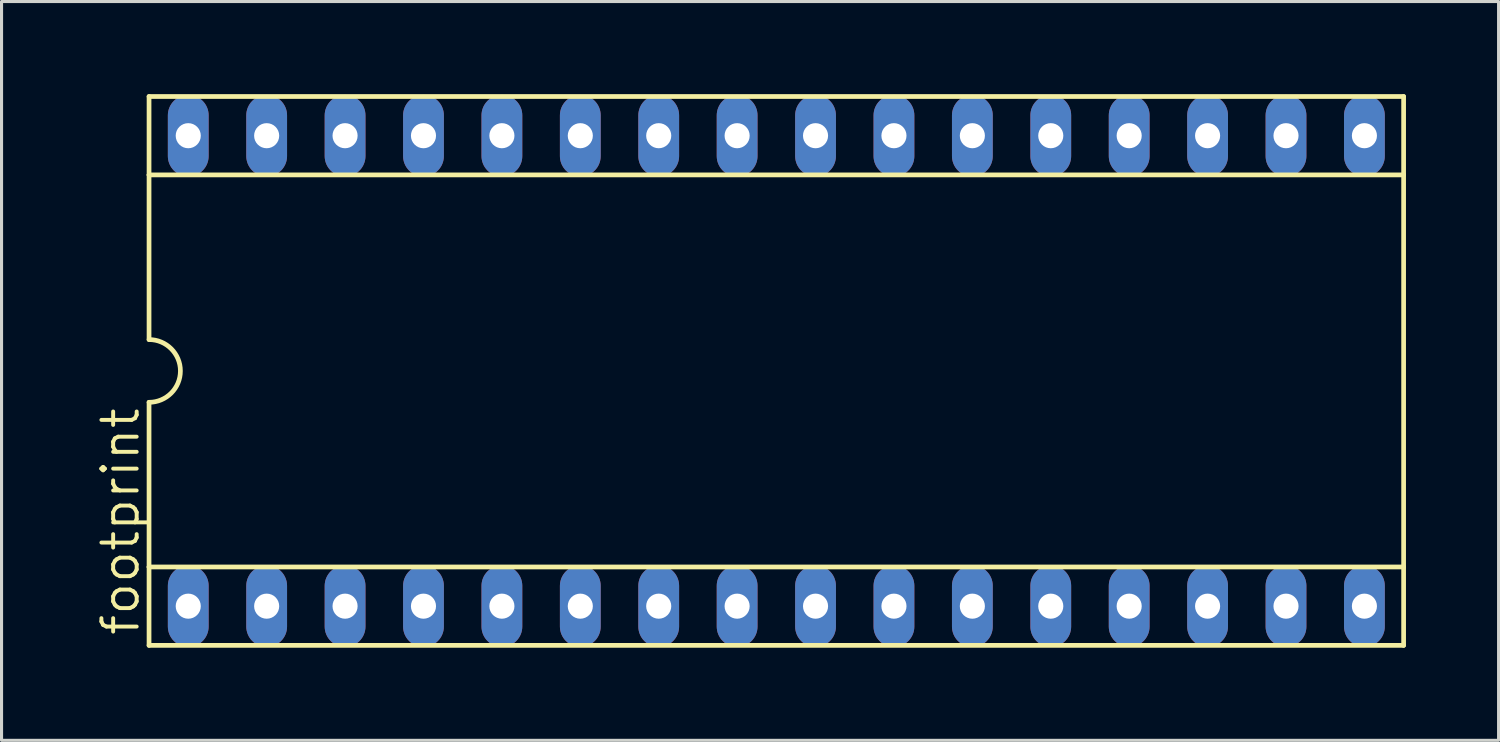
<source format=kicad_pcb>
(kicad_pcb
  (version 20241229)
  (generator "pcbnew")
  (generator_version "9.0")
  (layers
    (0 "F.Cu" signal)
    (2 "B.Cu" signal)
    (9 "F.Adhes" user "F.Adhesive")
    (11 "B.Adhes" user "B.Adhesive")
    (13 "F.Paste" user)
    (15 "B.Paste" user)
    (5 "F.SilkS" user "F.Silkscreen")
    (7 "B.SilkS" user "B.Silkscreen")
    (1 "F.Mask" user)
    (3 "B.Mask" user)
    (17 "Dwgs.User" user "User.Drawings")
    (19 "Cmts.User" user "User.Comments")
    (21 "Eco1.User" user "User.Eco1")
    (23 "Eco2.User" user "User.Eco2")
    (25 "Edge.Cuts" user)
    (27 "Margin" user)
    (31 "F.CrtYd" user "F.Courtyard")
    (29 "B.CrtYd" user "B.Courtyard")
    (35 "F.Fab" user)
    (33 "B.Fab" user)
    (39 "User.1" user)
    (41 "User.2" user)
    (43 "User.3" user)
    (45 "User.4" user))
  (footprint "footprint"
    (layer "F.Cu")
    (at 22.098 8.966)
    (property "Reference" "footprint" (at -20.574 8.636 90) (layer "F.SilkS") (effects (font (size 1.143 1.143) (thickness 0.127)) (justify left bottom)))
    (fp_line (start -20.32 -8.89) (end -20.32 -6.35) (stroke (width 0.152) (type solid)) (layer "F.SilkS"))
    (fp_line (start -20.32 -6.35) (end -20.32 -1.016) (stroke (width 0.152) (type solid)) (layer "F.SilkS"))
    (fp_line (start -20.32 -6.35) (end 20.32 -6.35) (stroke (width 0.152) (type solid)) (layer "F.SilkS"))
    (fp_line (start -20.32 6.35) (end -20.32 1.016) (stroke (width 0.152) (type solid)) (layer "F.SilkS"))
    (fp_line (start -20.32 6.35) (end 20.32 6.35) (stroke (width 0.152) (type solid)) (layer "F.SilkS"))
    (fp_line (start -20.32 8.89) (end -20.32 6.35) (stroke (width 0.152) (type solid)) (layer "F.SilkS"))
    (fp_line (start -20.32 8.89) (end 20.32 8.89) (stroke (width 0.152) (type solid)) (layer "F.SilkS"))
    (fp_line (start 20.32 -8.89) (end -20.32 -8.89) (stroke (width 0.152) (type solid)) (layer "F.SilkS"))
    (fp_line (start 20.32 -8.89) (end 20.32 -6.35) (stroke (width 0.152) (type solid)) (layer "F.SilkS"))
    (fp_line (start 20.32 -6.35) (end 20.32 6.35) (stroke (width 0.152) (type solid)) (layer "F.SilkS"))
    (fp_line (start 20.32 6.35) (end 20.32 8.89) (stroke (width 0.152) (type solid)) (layer "F.SilkS"))
    (fp_arc (start -20.32 -1.016) (mid -19.304 0) (end -20.32 1.016) (stroke (width 0.1524) (type solid)) (layer "F.SilkS"))
    (pad "1" thru_hole oval (at -19.05 7.62 90) (size 2.642 1.321) (drill 0.813) (layers "*.Cu" "*.Mask"))
    (pad "2" thru_hole oval (at -16.51 7.62 90) (size 2.642 1.321) (drill 0.813) (layers "*.Cu" "*.Mask"))
    (pad "3" thru_hole oval (at -13.97 7.62 90) (size 2.642 1.321) (drill 0.813) (layers "*.Cu" "*.Mask"))
    (pad "4" thru_hole oval (at -11.43 7.62 90) (size 2.642 1.321) (drill 0.813) (layers "*.Cu" "*.Mask"))
    (pad "5" thru_hole oval (at -8.89 7.62 90) (size 2.642 1.321) (drill 0.813) (layers "*.Cu" "*.Mask"))
    (pad "6" thru_hole oval (at -6.35 7.62 90) (size 2.642 1.321) (drill 0.813) (layers "*.Cu" "*.Mask"))
    (pad "7" thru_hole oval (at -3.81 7.62 90) (size 2.642 1.321) (drill 0.813) (layers "*.Cu" "*.Mask"))
    (pad "8" thru_hole oval (at -1.27 7.62 90) (size 2.642 1.321) (drill 0.813) (layers "*.Cu" "*.Mask"))
    (pad "9" thru_hole oval (at 1.27 7.62 90) (size 2.642 1.321) (drill 0.813) (layers "*.Cu" "*.Mask"))
    (pad "10" thru_hole oval (at 3.81 7.62 90) (size 2.642 1.321) (drill 0.813) (layers "*.Cu" "*.Mask"))
    (pad "11" thru_hole oval (at 6.35 7.62 90) (size 2.642 1.321) (drill 0.813) (layers "*.Cu" "*.Mask"))
    (pad "12" thru_hole oval (at 8.89 7.62 90) (size 2.642 1.321) (drill 0.813) (layers "*.Cu" "*.Mask"))
    (pad "13" thru_hole oval (at 11.43 7.62 90) (size 2.642 1.321) (drill 0.813) (layers "*.Cu" "*.Mask"))
    (pad "14" thru_hole oval (at 13.97 7.62 90) (size 2.642 1.321) (drill 0.813) (layers "*.Cu" "*.Mask"))
    (pad "15" thru_hole oval (at 16.51 7.62 90) (size 2.642 1.321) (drill 0.813) (layers "*.Cu" "*.Mask"))
    (pad "16" thru_hole oval (at 19.05 7.62 90) (size 2.642 1.321) (drill 0.813) (layers "*.Cu" "*.Mask"))
    (pad "17" thru_hole oval (at 19.05 -7.62 90) (size 2.642 1.321) (drill 0.813) (layers "*.Cu" "*.Mask"))
    (pad "18" thru_hole oval (at 16.51 -7.62 90) (size 2.642 1.321) (drill 0.813) (layers "*.Cu" "*.Mask"))
    (pad "19" thru_hole oval (at 13.97 -7.62 90) (size 2.642 1.321) (drill 0.813) (layers "*.Cu" "*.Mask"))
    (pad "20" thru_hole oval (at 11.43 -7.62 90) (size 2.642 1.321) (drill 0.813) (layers "*.Cu" "*.Mask"))
    (pad "21" thru_hole oval (at 8.89 -7.62 90) (size 2.642 1.321) (drill 0.813) (layers "*.Cu" "*.Mask"))
    (pad "22" thru_hole oval (at 6.35 -7.62 90) (size 2.642 1.321) (drill 0.813) (layers "*.Cu" "*.Mask"))
    (pad "23" thru_hole oval (at 3.81 -7.62 90) (size 2.642 1.321) (drill 0.813) (layers "*.Cu" "*.Mask"))
    (pad "24" thru_hole oval (at 1.27 -7.62 90) (size 2.642 1.321) (drill 0.813) (layers "*.Cu" "*.Mask"))
    (pad "25" thru_hole oval (at -1.27 -7.62 90) (size 2.642 1.321) (drill 0.813) (layers "*.Cu" "*.Mask"))
    (pad "26" thru_hole oval (at -3.81 -7.62 90) (size 2.642 1.321) (drill 0.813) (layers "*.Cu" "*.Mask"))
    (pad "27" thru_hole oval (at -6.35 -7.62 90) (size 2.642 1.321) (drill 0.813) (layers "*.Cu" "*.Mask"))
    (pad "28" thru_hole oval (at -8.89 -7.62 90) (size 2.642 1.321) (drill 0.813) (layers "*.Cu" "*.Mask"))
    (pad "29" thru_hole oval (at -11.43 -7.62 90) (size 2.642 1.321) (drill 0.813) (layers "*.Cu" "*.Mask"))
    (pad "30" thru_hole oval (at -13.97 -7.62 90) (size 2.642 1.321) (drill 0.813) (layers "*.Cu" "*.Mask"))
    (pad "31" thru_hole oval (at -16.51 -7.62 90) (size 2.642 1.321) (drill 0.813) (layers "*.Cu" "*.Mask"))
    (pad "32" thru_hole oval (at -19.05 -7.62 90) (size 2.642 1.321) (drill 0.813) (layers "*.Cu" "*.Mask")))
  (gr_rect
    (start -3 -3)
    (end 45.494 20.932)
    (stroke (width 0.1) (type default))
    (fill no)
    (layer "Edge.Cuts")))
</source>
